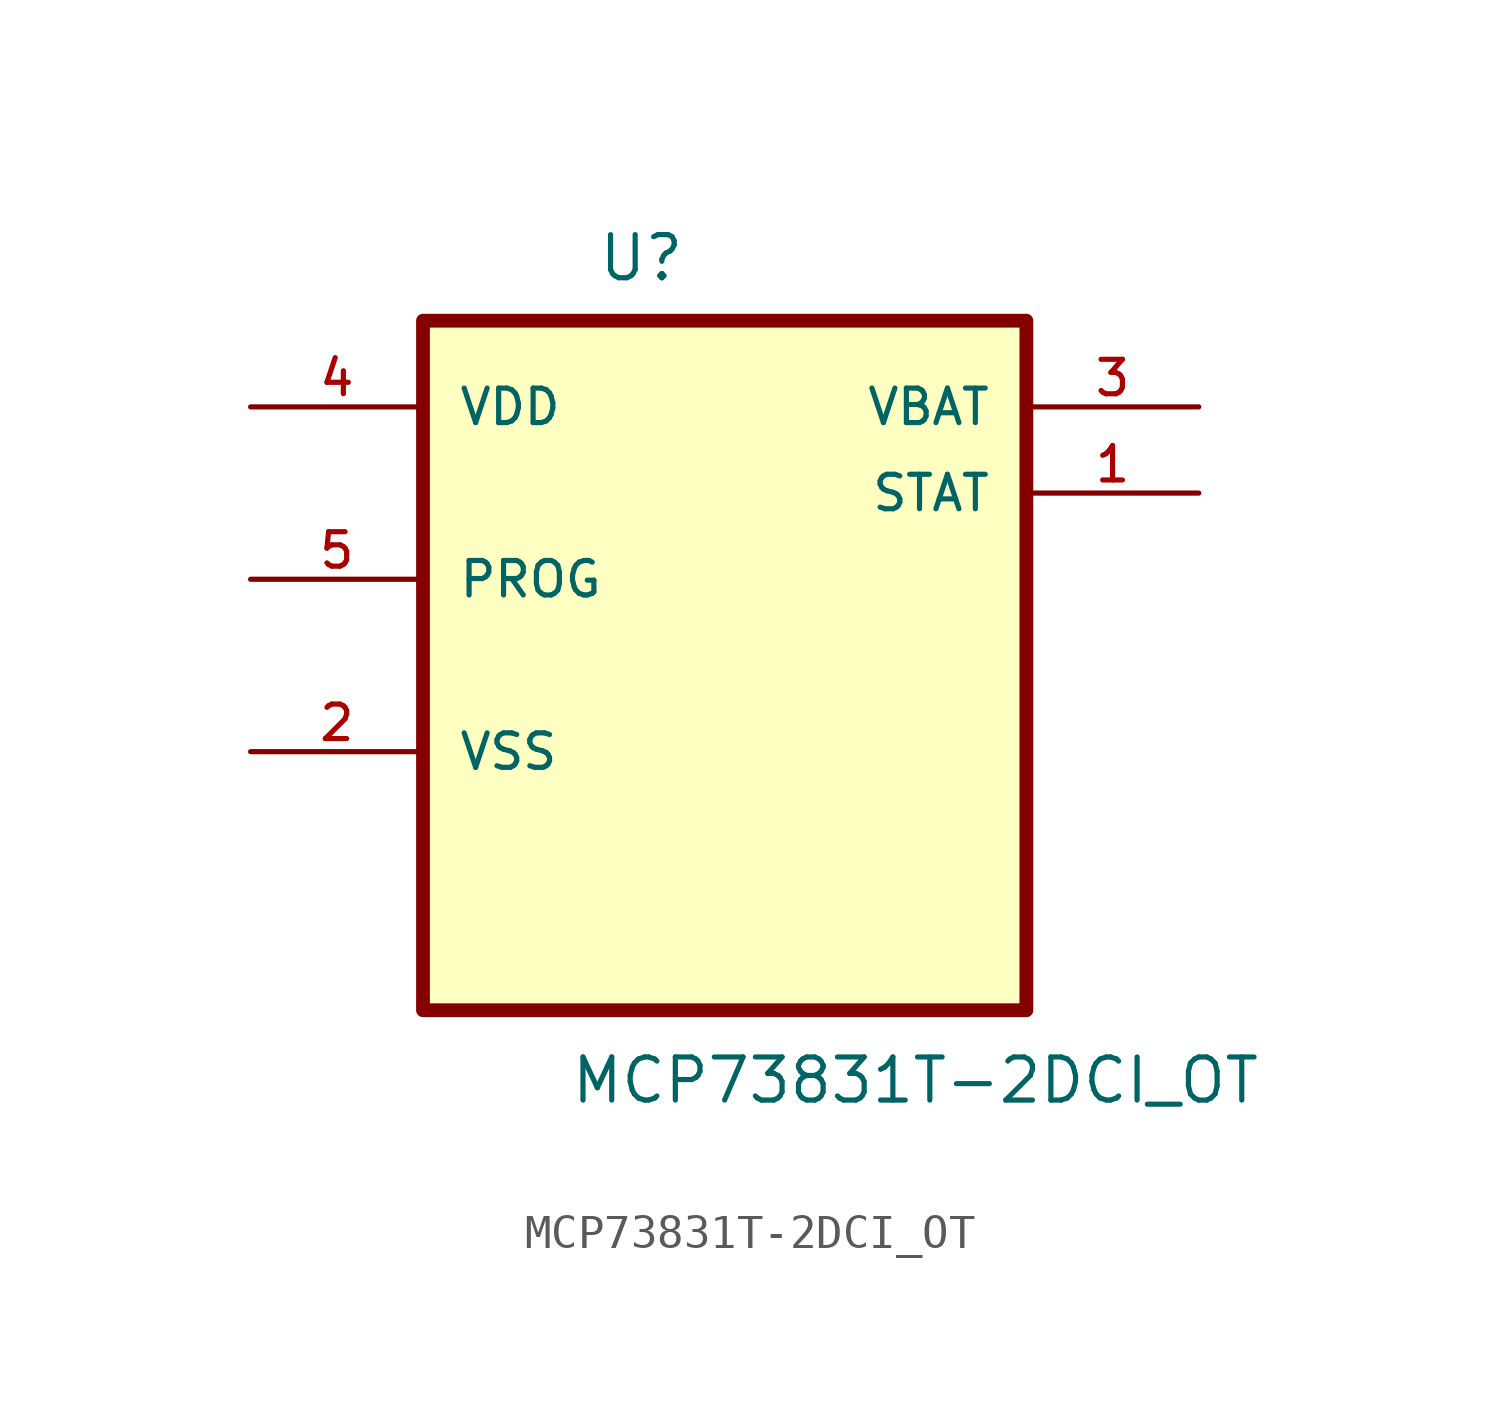
<source format=kicad_sym>
(kicad_symbol_lib
  (version 20211014)
  (generator kicad_symbol_editor)
  (symbol "MCP73831T-2DCI_OT"
    (pin_names
      (offset 1.016))
    (property "Reference" "U"
      (at -5.036 8.723 0.0)
      (effects (font (size 1.27 1.27)) (justify bottom left)))
    (property "Value" "MCP73831T-2DCI_OT"
      (at -5.848 -15.51 0.0)
      (effects (font (size 1.27 1.27)) (justify bottom left)))
    (symbol "MCP73831T-2DCI_OT_0_0"
      (rectangle (start -10.16 -12.7) (end 7.62 7.62) (stroke (width 0.406)) (fill (type background)))
      (pin input line (at -15.24 0.0 0) (length 5.08) (name "PROG" (effects (font (size 1.016 1.016)))) (number "5" (effects (font (size 1.016 1.016)))))
      (pin output line (at 12.7 2.54 180.0) (length 5.08) (name "STAT" (effects (font (size 1.016 1.016)))) (number "1" (effects (font (size 1.016 1.016)))))
      (pin power_in line (at -15.24 -5.08 0) (length 5.08) (name "VSS" (effects (font (size 1.016 1.016)))) (number "2" (effects (font (size 1.016 1.016)))))
      (pin power_in line (at -15.24 5.08 0) (length 5.08) (name "VDD" (effects (font (size 1.016 1.016)))) (number "4" (effects (font (size 1.016 1.016)))))
      (pin power_in line (at 12.7 5.08 180.0) (length 5.08) (name "VBAT" (effects (font (size 1.016 1.016)))) (number "3" (effects (font (size 1.016 1.016))))))))
</source>
